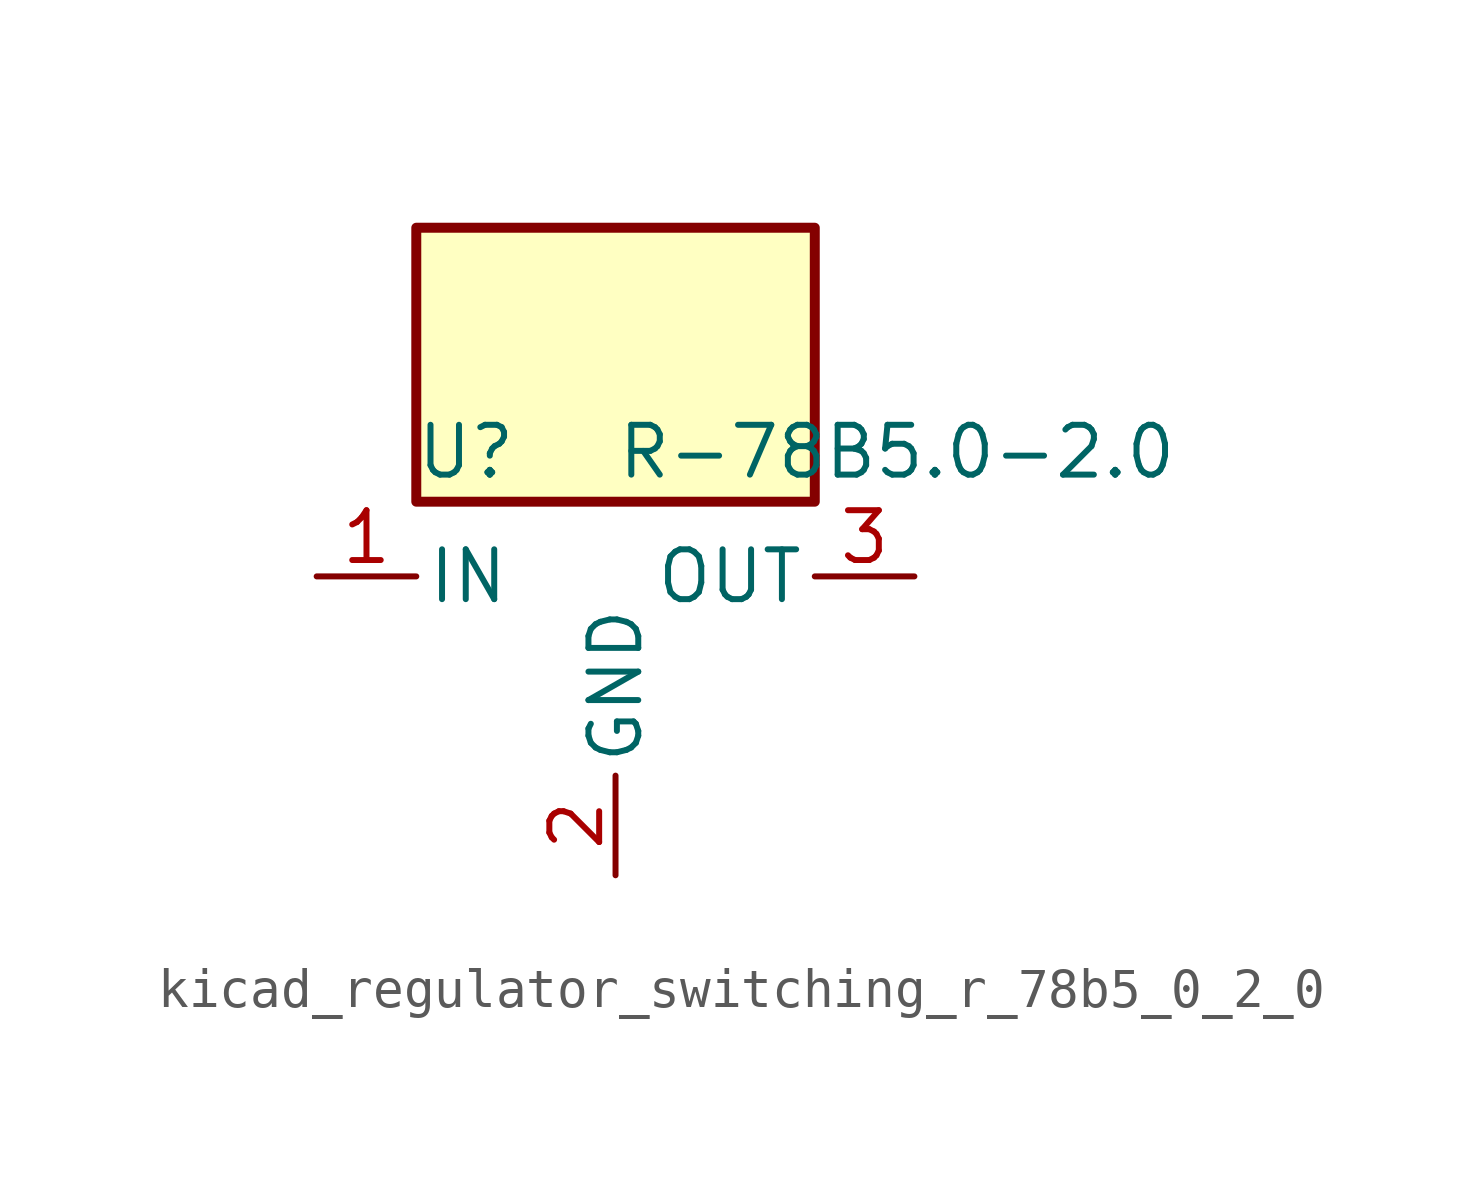
<source format=kicad_sym>
(kicad_symbol_lib
  (version 20220914)
  (generator kicad_symbol_editor)
  (symbol "kicad_regulator_switching_r_78b5_0_2_0"
    (pin_names
      (offset 0.254))
    (property "Reference" "U"
      (at -3.81 3.175 0)
      (effects (font (size 1.27 1.27))))
    (property "Value" "R-78B5.0-2.0"
      (at 0 3.175 0)
      (effects (font (size 1.27 1.27)) (justify left)))
    (symbol "kicad_regulator_switching_r_78b5_0_2_0_0_1"
      (rectangle (start 5.08 8.89) (end -5.08 1.905) (stroke (width 0.254) (type default)) (fill (type background))))
    (symbol "kicad_regulator_switching_r_78b5_0_2_0_1_1"
      (pin power_in line (at -7.62 0 0) (length 2.54) (name "IN" (effects (font (size 1.27 1.27)))) (number "1" (effects (font (size 1.27 1.27)))))
      (pin power_in line (at 0 -7.62 90) (length 2.54) (name "GND" (effects (font (size 1.27 1.27)))) (number "2" (effects (font (size 1.27 1.27)))))
      (pin power_out line (at 7.62 0 180) (length 2.54) (name "OUT" (effects (font (size 1.27 1.27)))) (number "3" (effects (font (size 1.27 1.27))))))))
</source>
